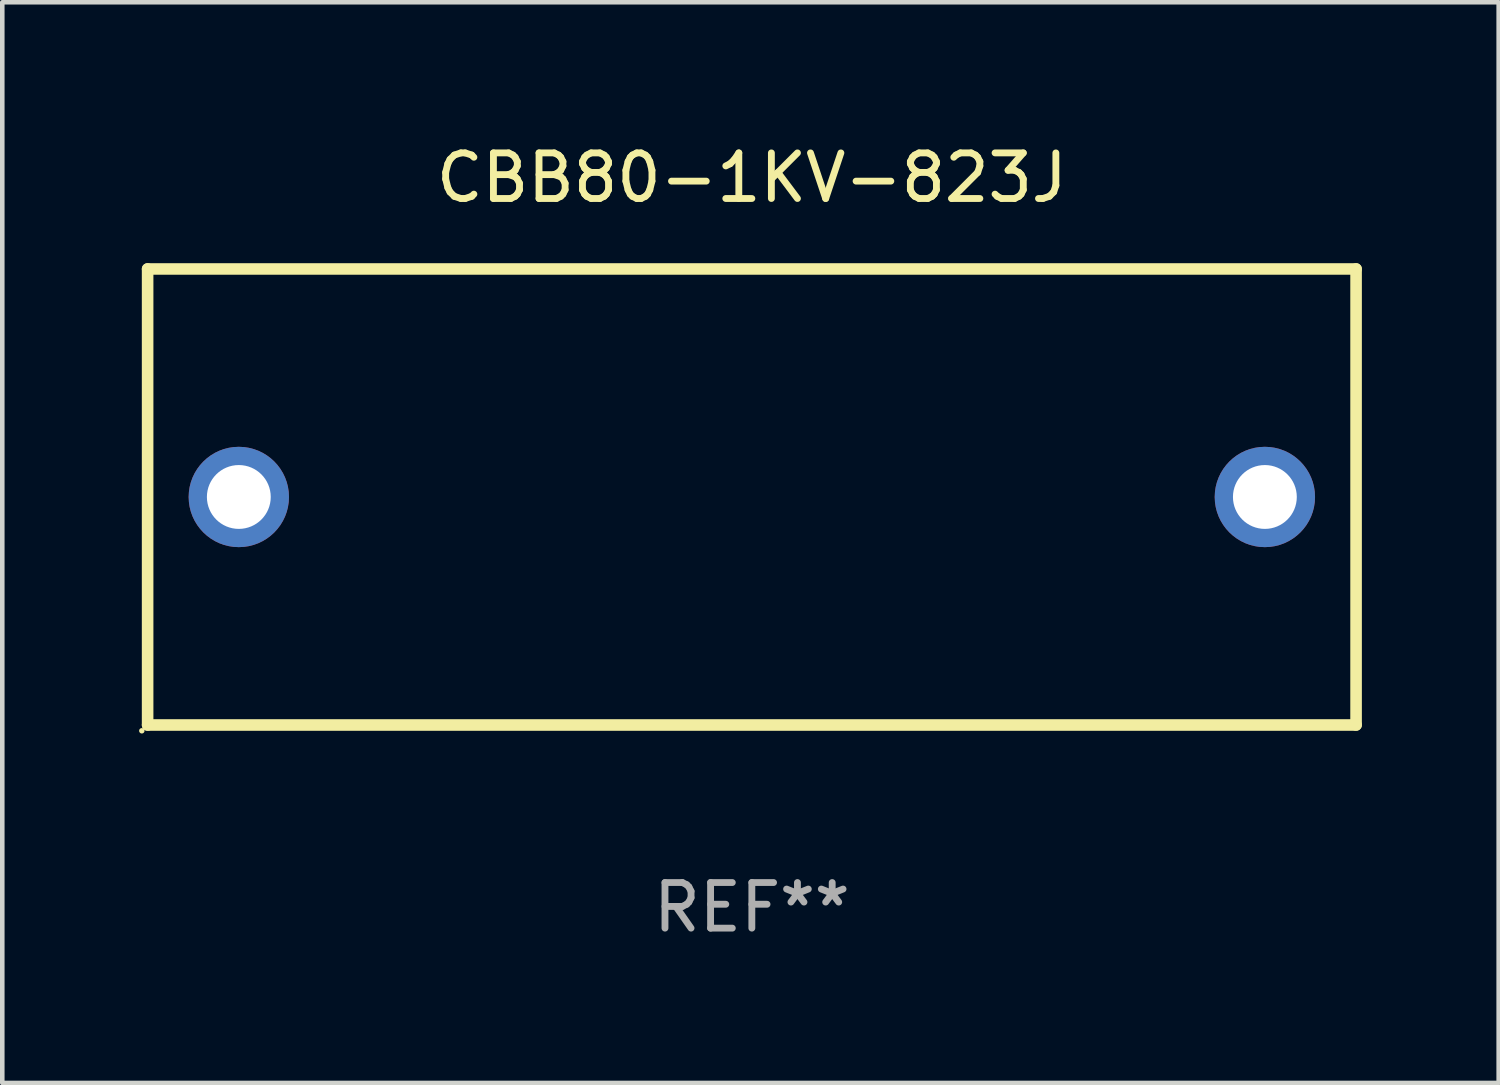
<source format=kicad_pcb>
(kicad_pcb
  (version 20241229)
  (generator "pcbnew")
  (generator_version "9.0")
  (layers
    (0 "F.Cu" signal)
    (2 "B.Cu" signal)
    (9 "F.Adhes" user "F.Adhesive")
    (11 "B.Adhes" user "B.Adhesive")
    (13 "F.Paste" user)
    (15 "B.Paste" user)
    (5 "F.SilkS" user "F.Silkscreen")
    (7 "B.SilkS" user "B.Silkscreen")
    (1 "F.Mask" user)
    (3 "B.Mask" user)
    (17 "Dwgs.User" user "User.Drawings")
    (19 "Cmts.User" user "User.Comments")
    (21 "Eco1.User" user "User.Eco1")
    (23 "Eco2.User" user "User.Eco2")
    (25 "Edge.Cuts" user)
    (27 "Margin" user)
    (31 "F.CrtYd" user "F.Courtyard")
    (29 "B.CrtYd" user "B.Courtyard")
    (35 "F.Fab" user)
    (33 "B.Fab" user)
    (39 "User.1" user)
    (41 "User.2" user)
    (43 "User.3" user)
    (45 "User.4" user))
  (footprint "CBB80-1KV-823J"
    (layer "F.Cu")
    (at 13.437 7.848)
    (property "Reference" "CBB80-1KV-823J" (at 0 -7 0) (layer "F.SilkS") (effects (font (size 1 1) (thickness 0.15))))
    (attr through_hole)
    (fp_line (start -13.25 -5) (end 13.25 -5) (stroke (width 0.254) (type solid)) (layer "F.SilkS"))
    (fp_line (start -13.25 5) (end -13.25 -5) (stroke (width 0.254) (type solid)) (layer "F.SilkS"))
    (fp_line (start 13.25 -5) (end 13.25 5) (stroke (width 0.254) (type solid)) (layer "F.SilkS"))
    (fp_line (start 13.25 5) (end -13.25 5) (stroke (width 0.254) (type solid)) (layer "F.SilkS"))
    (fp_circle (center -13.377 5.127) (end -13.347 5.127) (stroke (width 0.06) (type solid)) (fill no) (layer "F.SilkS"))
    (fp_text user "REF**" (at 0 9 0) (layer "F.Fab") (effects (font (size 1 1) (thickness 0.15))))
    (pad "1" thru_hole circle (at -11.25 0) (size 2.2 2.2) (drill 1.4) (layers "*.Cu" "*.Mask"))
    (pad "2" thru_hole circle (at 11.25 0) (size 2.2 2.2) (drill 1.4) (layers "*.Cu" "*.Mask")))
  (gr_rect
    (start -3 -3)
    (end 29.814 20.697)
    (stroke (width 0.1) (type default))
    (fill no)
    (layer "Edge.Cuts")))
</source>
